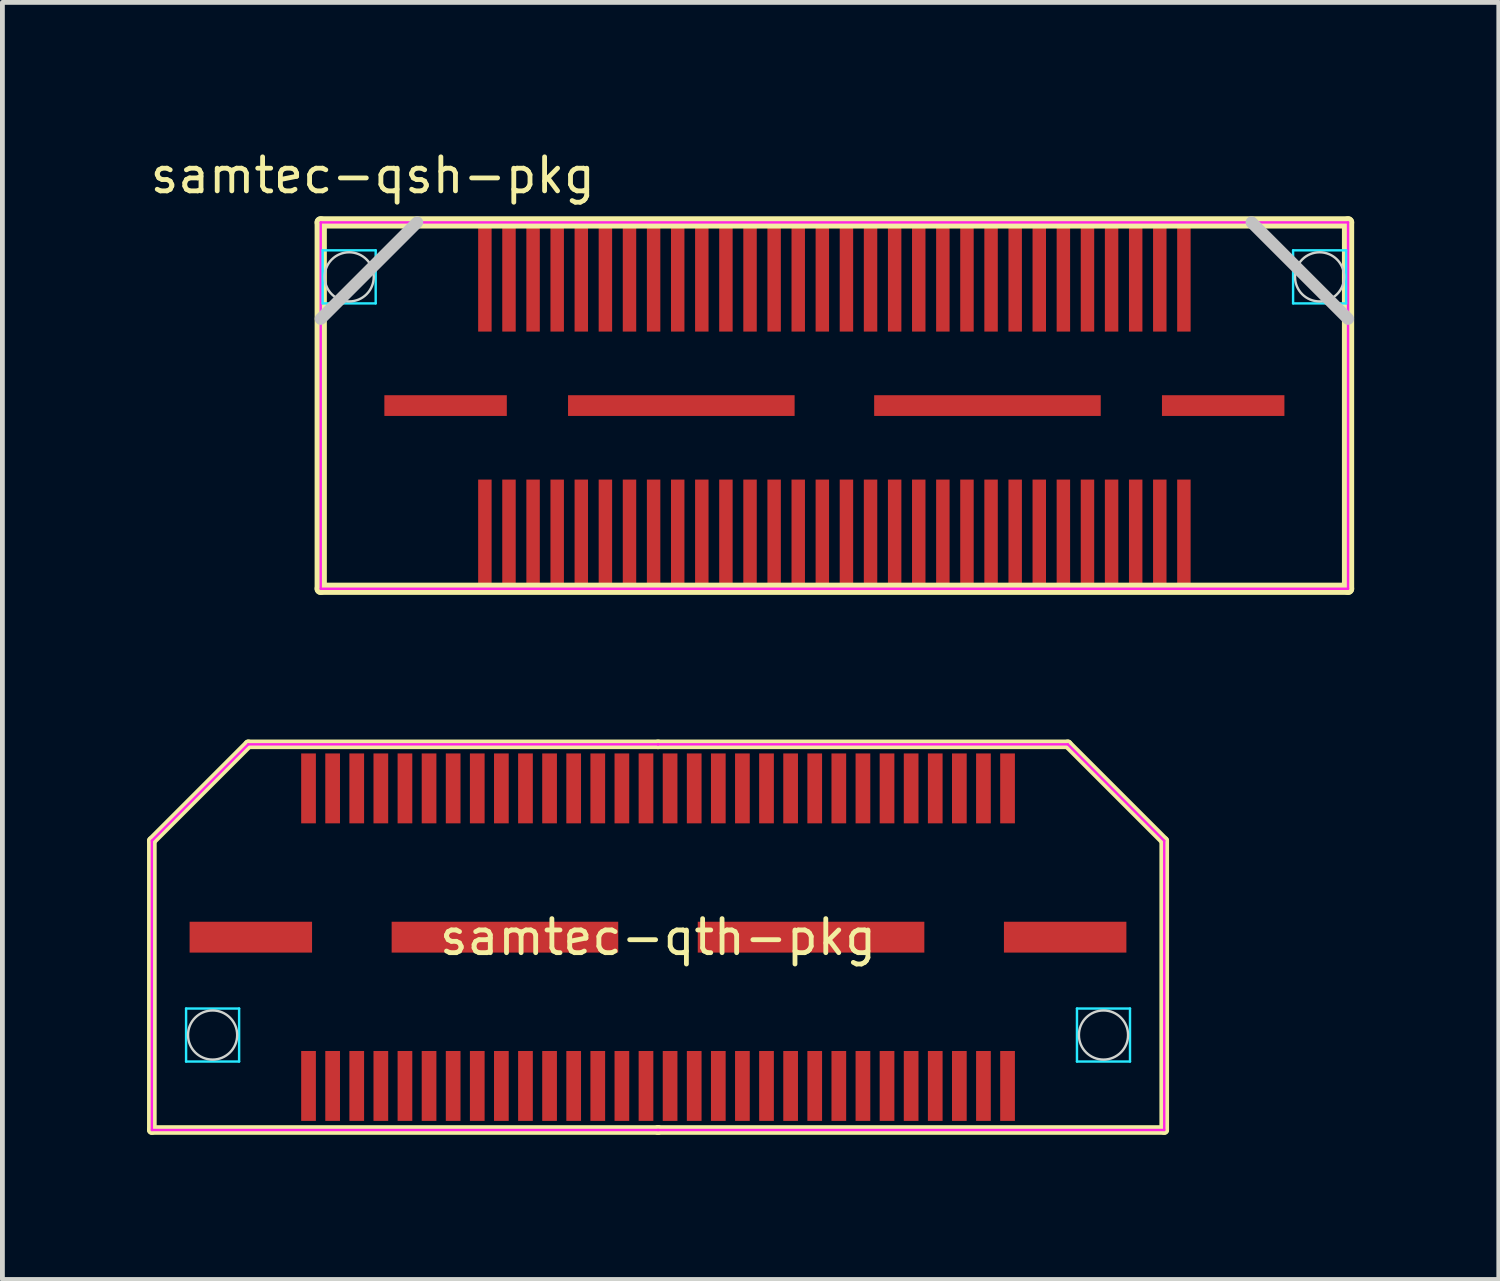
<source format=kicad_pcb>
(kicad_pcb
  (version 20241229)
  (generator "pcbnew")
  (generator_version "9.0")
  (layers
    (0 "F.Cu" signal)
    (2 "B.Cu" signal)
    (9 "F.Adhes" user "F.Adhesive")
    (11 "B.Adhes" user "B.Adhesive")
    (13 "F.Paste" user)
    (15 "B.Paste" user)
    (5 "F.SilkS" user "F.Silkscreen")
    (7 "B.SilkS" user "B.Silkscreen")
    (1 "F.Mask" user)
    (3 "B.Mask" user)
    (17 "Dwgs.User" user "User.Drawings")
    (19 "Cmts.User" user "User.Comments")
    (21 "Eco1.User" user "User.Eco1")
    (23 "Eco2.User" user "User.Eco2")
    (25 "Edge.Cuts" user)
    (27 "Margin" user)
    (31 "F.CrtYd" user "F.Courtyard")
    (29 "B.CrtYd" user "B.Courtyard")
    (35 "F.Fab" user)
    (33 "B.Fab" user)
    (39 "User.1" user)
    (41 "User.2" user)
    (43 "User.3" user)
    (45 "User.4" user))
  (footprint "samtec-qth-pkg"
    (layer "F.Cu")
    (at 10.6 16.39)
    (property "Reference" "samtec-qth-pkg" (at 0 0 0) (layer "F.SilkS") (effects (font (size 0.706 0.706) (thickness 0.1))))
    (attr through_hole)
    (fp_line (start -10.5 -2) (end -10.5 4) (stroke (width 0.2) (type solid)) (layer "F.SilkS"))
    (fp_line (start -10.5 4) (end 0 4) (stroke (width 0.2) (type solid)) (layer "F.SilkS"))
    (fp_line (start -8.5 -4) (end -10.5 -2) (stroke (width 0.2) (type solid)) (layer "F.SilkS"))
    (fp_line (start 0 -4) (end -8.5 -4) (stroke (width 0.2) (type solid)) (layer "F.SilkS"))
    (fp_line (start 0 4) (end 0 4) (stroke (width 0.2) (type solid)) (layer "F.SilkS"))
    (fp_line (start 0 4) (end 10.5 4) (stroke (width 0.2) (type solid)) (layer "F.SilkS"))
    (fp_line (start 8.5 -4) (end 0 -4) (stroke (width 0.2) (type solid)) (layer "F.SilkS"))
    (fp_line (start 10.5 -2) (end 8.5 -4) (stroke (width 0.2) (type solid)) (layer "F.SilkS"))
    (fp_line (start 10.5 4) (end 10.5 -2) (stroke (width 0.2) (type solid)) (layer "F.SilkS"))
    (fp_circle (center -9.24 2.03) (end -8.73 2.03) (stroke (width 0.05) (type solid)) (fill no) (layer "Edge.Cuts"))
    (fp_circle (center 9.24 2.03) (end 9.75 2.03) (stroke (width 0.05) (type solid)) (fill no) (layer "Edge.Cuts"))
    (fp_line (start -9.79 1.48) (end -9.79 2.58) (stroke (width 0.05) (type solid)) (layer "B.CrtYd"))
    (fp_line (start -9.79 2.58) (end -8.69 2.58) (stroke (width 0.05) (type solid)) (layer "B.CrtYd"))
    (fp_line (start -8.69 1.48) (end -9.79 1.48) (stroke (width 0.05) (type solid)) (layer "B.CrtYd"))
    (fp_line (start -8.69 2.58) (end -8.69 1.48) (stroke (width 0.05) (type solid)) (layer "B.CrtYd"))
    (fp_line (start 8.69 1.48) (end 9.79 1.48) (stroke (width 0.05) (type solid)) (layer "B.CrtYd"))
    (fp_line (start 8.69 2.58) (end 8.69 1.48) (stroke (width 0.05) (type solid)) (layer "B.CrtYd"))
    (fp_line (start 9.79 1.48) (end 9.79 2.58) (stroke (width 0.05) (type solid)) (layer "B.CrtYd"))
    (fp_line (start 9.79 2.58) (end 8.69 2.58) (stroke (width 0.05) (type solid)) (layer "B.CrtYd"))
    (fp_line (start -10.5 -2) (end -10.5 4) (stroke (width 0.05) (type solid)) (layer "F.CrtYd"))
    (fp_line (start -10.5 4) (end 0 4) (stroke (width 0.05) (type solid)) (layer "F.CrtYd"))
    (fp_line (start -8.5 -4) (end -10.5 -2) (stroke (width 0.05) (type solid)) (layer "F.CrtYd"))
    (fp_line (start 0 -4) (end -8.5 -4) (stroke (width 0.05) (type solid)) (layer "F.CrtYd"))
    (fp_line (start 0 -4) (end 0 -4) (stroke (width 0.05) (type solid)) (layer "F.CrtYd"))
    (fp_line (start 0 4) (end 0 4) (stroke (width 0.05) (type solid)) (layer "F.CrtYd"))
    (fp_line (start 0 4) (end 10.5 4) (stroke (width 0.05) (type solid)) (layer "F.CrtYd"))
    (fp_line (start 8.5 -4) (end 0 -4) (stroke (width 0.05) (type solid)) (layer "F.CrtYd"))
    (fp_line (start 10.5 -2) (end 8.5 -4) (stroke (width 0.05) (type solid)) (layer "F.CrtYd"))
    (fp_line (start 10.5 4) (end 10.5 -2) (stroke (width 0.05) (type solid)) (layer "F.CrtYd"))
    (pad "1" smd rect (at 7.25 3.086) (size 0.305 1.45) (layers "F.Cu" "F.Mask" "F.Paste"))
    (pad "2" smd rect (at 7.25 -3.086) (size 0.305 1.45) (layers "F.Cu" "F.Mask" "F.Paste"))
    (pad "3" smd rect (at 6.75 3.086) (size 0.305 1.45) (layers "F.Cu" "F.Mask" "F.Paste"))
    (pad "4" smd rect (at 6.75 -3.086) (size 0.305 1.45) (layers "F.Cu" "F.Mask" "F.Paste"))
    (pad "5" smd rect (at 6.25 3.086) (size 0.305 1.45) (layers "F.Cu" "F.Mask" "F.Paste"))
    (pad "6" smd rect (at 6.25 -3.086) (size 0.305 1.45) (layers "F.Cu" "F.Mask" "F.Paste"))
    (pad "7" smd rect (at 5.75 3.086) (size 0.305 1.45) (layers "F.Cu" "F.Mask" "F.Paste"))
    (pad "8" smd rect (at 5.75 -3.086) (size 0.305 1.45) (layers "F.Cu" "F.Mask" "F.Paste"))
    (pad "9" smd rect (at 5.25 3.086) (size 0.305 1.45) (layers "F.Cu" "F.Mask" "F.Paste"))
    (pad "10" smd rect (at 5.25 -3.086) (size 0.305 1.45) (layers "F.Cu" "F.Mask" "F.Paste"))
    (pad "11" smd rect (at 4.75 3.086) (size 0.305 1.45) (layers "F.Cu" "F.Mask" "F.Paste"))
    (pad "12" smd rect (at 4.75 -3.086) (size 0.305 1.45) (layers "F.Cu" "F.Mask" "F.Paste"))
    (pad "13" smd rect (at 4.25 3.086) (size 0.305 1.45) (layers "F.Cu" "F.Mask" "F.Paste"))
    (pad "14" smd rect (at 4.25 -3.086) (size 0.305 1.45) (layers "F.Cu" "F.Mask" "F.Paste"))
    (pad "15" smd rect (at 3.75 3.086) (size 0.305 1.45) (layers "F.Cu" "F.Mask" "F.Paste"))
    (pad "16" smd rect (at 3.75 -3.086) (size 0.305 1.45) (layers "F.Cu" "F.Mask" "F.Paste"))
    (pad "17" smd rect (at 3.25 3.086) (size 0.305 1.45) (layers "F.Cu" "F.Mask" "F.Paste"))
    (pad "18" smd rect (at 3.25 -3.086) (size 0.305 1.45) (layers "F.Cu" "F.Mask" "F.Paste"))
    (pad "19" smd rect (at 2.75 3.086) (size 0.305 1.45) (layers "F.Cu" "F.Mask" "F.Paste"))
    (pad "20" smd rect (at 2.75 -3.086) (size 0.305 1.45) (layers "F.Cu" "F.Mask" "F.Paste"))
    (pad "21" smd rect (at 2.25 3.086) (size 0.305 1.45) (layers "F.Cu" "F.Mask" "F.Paste"))
    (pad "22" smd rect (at 2.25 -3.086) (size 0.305 1.45) (layers "F.Cu" "F.Mask" "F.Paste"))
    (pad "23" smd rect (at 1.75 3.086) (size 0.305 1.45) (layers "F.Cu" "F.Mask" "F.Paste"))
    (pad "24" smd rect (at 1.75 -3.086) (size 0.305 1.45) (layers "F.Cu" "F.Mask" "F.Paste"))
    (pad "25" smd rect (at 1.25 3.086) (size 0.305 1.45) (layers "F.Cu" "F.Mask" "F.Paste"))
    (pad "26" smd rect (at 1.25 -3.086) (size 0.305 1.45) (layers "F.Cu" "F.Mask" "F.Paste"))
    (pad "27" smd rect (at 0.75 3.086) (size 0.305 1.45) (layers "F.Cu" "F.Mask" "F.Paste"))
    (pad "28" smd rect (at 0.75 -3.086) (size 0.305 1.45) (layers "F.Cu" "F.Mask" "F.Paste"))
    (pad "29" smd rect (at 0.25 3.086) (size 0.305 1.45) (layers "F.Cu" "F.Mask" "F.Paste"))
    (pad "30" smd rect (at 0.25 -3.086) (size 0.305 1.45) (layers "F.Cu" "F.Mask" "F.Paste"))
    (pad "31" smd rect (at -0.25 3.086) (size 0.305 1.45) (layers "F.Cu" "F.Mask" "F.Paste"))
    (pad "32" smd rect (at -0.25 -3.086) (size 0.305 1.45) (layers "F.Cu" "F.Mask" "F.Paste"))
    (pad "33" smd rect (at -0.75 3.086) (size 0.305 1.45) (layers "F.Cu" "F.Mask" "F.Paste"))
    (pad "34" smd rect (at -0.75 -3.086) (size 0.305 1.45) (layers "F.Cu" "F.Mask" "F.Paste"))
    (pad "35" smd rect (at -1.25 3.086) (size 0.305 1.45) (layers "F.Cu" "F.Mask" "F.Paste"))
    (pad "36" smd rect (at -1.25 -3.086) (size 0.305 1.45) (layers "F.Cu" "F.Mask" "F.Paste"))
    (pad "37" smd rect (at -1.75 3.086) (size 0.305 1.45) (layers "F.Cu" "F.Mask" "F.Paste"))
    (pad "38" smd rect (at -1.75 -3.086) (size 0.305 1.45) (layers "F.Cu" "F.Mask" "F.Paste"))
    (pad "39" smd rect (at -2.25 3.086) (size 0.305 1.45) (layers "F.Cu" "F.Mask" "F.Paste"))
    (pad "40" smd rect (at -2.25 -3.086) (size 0.305 1.45) (layers "F.Cu" "F.Mask" "F.Paste"))
    (pad "41" smd rect (at -2.75 3.086) (size 0.305 1.45) (layers "F.Cu" "F.Mask" "F.Paste"))
    (pad "42" smd rect (at -2.75 -3.086) (size 0.305 1.45) (layers "F.Cu" "F.Mask" "F.Paste"))
    (pad "43" smd rect (at -3.25 3.086) (size 0.305 1.45) (layers "F.Cu" "F.Mask" "F.Paste"))
    (pad "44" smd rect (at -3.25 -3.086) (size 0.305 1.45) (layers "F.Cu" "F.Mask" "F.Paste"))
    (pad "45" smd rect (at -3.75 3.086) (size 0.305 1.45) (layers "F.Cu" "F.Mask" "F.Paste"))
    (pad "46" smd rect (at -3.75 -3.086) (size 0.305 1.45) (layers "F.Cu" "F.Mask" "F.Paste"))
    (pad "47" smd rect (at -4.25 3.086) (size 0.305 1.45) (layers "F.Cu" "F.Mask" "F.Paste"))
    (pad "48" smd rect (at -4.25 -3.086) (size 0.305 1.45) (layers "F.Cu" "F.Mask" "F.Paste"))
    (pad "49" smd rect (at -4.75 3.086) (size 0.305 1.45) (layers "F.Cu" "F.Mask" "F.Paste"))
    (pad "50" smd rect (at -4.75 -3.086) (size 0.305 1.45) (layers "F.Cu" "F.Mask" "F.Paste"))
    (pad "51" smd rect (at -5.25 3.086) (size 0.305 1.45) (layers "F.Cu" "F.Mask" "F.Paste"))
    (pad "52" smd rect (at -5.25 -3.086) (size 0.305 1.45) (layers "F.Cu" "F.Mask" "F.Paste"))
    (pad "53" smd rect (at -5.75 3.086) (size 0.305 1.45) (layers "F.Cu" "F.Mask" "F.Paste"))
    (pad "54" smd rect (at -5.75 -3.086) (size 0.305 1.45) (layers "F.Cu" "F.Mask" "F.Paste"))
    (pad "55" smd rect (at -6.25 3.086) (size 0.305 1.45) (layers "F.Cu" "F.Mask" "F.Paste"))
    (pad "56" smd rect (at -6.25 -3.086) (size 0.305 1.45) (layers "F.Cu" "F.Mask" "F.Paste"))
    (pad "57" smd rect (at -6.75 3.086) (size 0.305 1.45) (layers "F.Cu" "F.Mask" "F.Paste"))
    (pad "58" smd rect (at -6.75 -3.086) (size 0.305 1.45) (layers "F.Cu" "F.Mask" "F.Paste"))
    (pad "59" smd rect (at -7.25 3.086) (size 0.305 1.45) (layers "F.Cu" "F.Mask" "F.Paste"))
    (pad "60" smd rect (at -7.25 -3.086) (size 0.305 1.45) (layers "F.Cu" "F.Mask" "F.Paste"))
    (pad "61" smd rect (at 8.445 0) (size 2.54 0.64) (layers "F.Cu" "F.Mask" "F.Paste"))
    (pad "62" smd rect (at 3.174 0) (size 4.7 0.64) (layers "F.Cu" "F.Mask" "F.Paste"))
    (pad "63" smd rect (at -3.176 0) (size 4.7 0.64) (layers "F.Cu" "F.Mask" "F.Paste"))
    (pad "64" smd rect (at -8.447 0) (size 2.54 0.64) (layers "F.Cu" "F.Mask" "F.Paste")))
  (footprint "samtec-qsh-pkg"
    (layer "F.Cu")
    (at 14.258 5.363)
    (property "Reference" "samtec-qsh-pkg" (at -9.575 -4.775 180) (layer "F.SilkS") (effects (font (size 0.706 0.706) (thickness 0.1))))
    (attr smd)
    (fp_line (start -10.655 -3.8) (end -10.655 3.8) (stroke (width 0.254) (type solid)) (layer "F.SilkS"))
    (fp_line (start -10.655 3.8) (end 10.655 3.8) (stroke (width 0.254) (type solid)) (layer "F.SilkS"))
    (fp_line (start 10.655 -3.8) (end -10.655 -3.8) (stroke (width 0.254) (type solid)) (layer "F.SilkS"))
    (fp_line (start 10.655 3.8) (end 10.655 -3.8) (stroke (width 0.254) (type solid)) (layer "F.SilkS"))
    (fp_line (start -10.655 -1.8) (end -8.655 -3.8) (stroke (width 0.25) (type solid)) (layer "Dwgs.User"))
    (fp_line (start 10.655 -1.8) (end 8.655 -3.8) (stroke (width 0.25) (type solid)) (layer "Dwgs.User"))
    (fp_circle (center -10.065 -2.67) (end -9.555 -2.67) (stroke (width 0.05) (type solid)) (fill no) (layer "Edge.Cuts"))
    (fp_circle (center 10.065 -2.67) (end 10.575 -2.67) (stroke (width 0.05) (type solid)) (fill no) (layer "Edge.Cuts"))
    (fp_line (start -10.615 -3.22) (end -9.515 -3.22) (stroke (width 0.05) (type solid)) (layer "B.CrtYd"))
    (fp_line (start -10.615 -2.12) (end -10.615 -3.22) (stroke (width 0.05) (type solid)) (layer "B.CrtYd"))
    (fp_line (start -9.515 -3.22) (end -9.515 -2.12) (stroke (width 0.05) (type solid)) (layer "B.CrtYd"))
    (fp_line (start -9.515 -2.12) (end -10.615 -2.12) (stroke (width 0.05) (type solid)) (layer "B.CrtYd"))
    (fp_line (start 9.515 -3.22) (end 9.515 -2.12) (stroke (width 0.05) (type solid)) (layer "B.CrtYd"))
    (fp_line (start 9.515 -2.12) (end 10.615 -2.12) (stroke (width 0.05) (type solid)) (layer "B.CrtYd"))
    (fp_line (start 10.615 -3.22) (end 9.515 -3.22) (stroke (width 0.05) (type solid)) (layer "B.CrtYd"))
    (fp_line (start 10.615 -2.12) (end 10.615 -3.22) (stroke (width 0.05) (type solid)) (layer "B.CrtYd"))
    (fp_line (start -10.655 -3.8) (end -10.655 3.8) (stroke (width 0.05) (type solid)) (layer "F.CrtYd"))
    (fp_line (start -10.655 3.8) (end 10.655 3.8) (stroke (width 0.05) (type solid)) (layer "F.CrtYd"))
    (fp_line (start 10.655 -3.8) (end -10.655 -3.8) (stroke (width 0.05) (type solid)) (layer "F.CrtYd"))
    (fp_line (start 10.655 3.8) (end 10.655 -3.8) (stroke (width 0.05) (type solid)) (layer "F.CrtYd"))
    (pad "1" smd rect (at -7.25 2.67) (size 0.279 2.27) (layers "F.Cu" "F.Mask" "F.Paste"))
    (pad "2" smd rect (at -7.25 -2.67) (size 0.279 2.27) (layers "F.Cu" "F.Mask" "F.Paste"))
    (pad "3" smd rect (at -6.75 2.67) (size 0.279 2.27) (layers "F.Cu" "F.Mask" "F.Paste"))
    (pad "4" smd rect (at -6.75 -2.67) (size 0.279 2.27) (layers "F.Cu" "F.Mask" "F.Paste"))
    (pad "5" smd rect (at -6.25 2.67) (size 0.279 2.27) (layers "F.Cu" "F.Mask" "F.Paste"))
    (pad "6" smd rect (at -6.25 -2.67) (size 0.279 2.27) (layers "F.Cu" "F.Mask" "F.Paste"))
    (pad "7" smd rect (at -5.75 2.67) (size 0.279 2.27) (layers "F.Cu" "F.Mask" "F.Paste"))
    (pad "8" smd rect (at -5.75 -2.67) (size 0.279 2.27) (layers "F.Cu" "F.Mask" "F.Paste"))
    (pad "9" smd rect (at -5.25 2.67) (size 0.279 2.27) (layers "F.Cu" "F.Mask" "F.Paste"))
    (pad "10" smd rect (at -5.25 -2.67) (size 0.279 2.27) (layers "F.Cu" "F.Mask" "F.Paste"))
    (pad "11" smd rect (at -4.75 2.67) (size 0.279 2.27) (layers "F.Cu" "F.Mask" "F.Paste"))
    (pad "12" smd rect (at -4.75 -2.67) (size 0.279 2.27) (layers "F.Cu" "F.Mask" "F.Paste"))
    (pad "13" smd rect (at -4.25 2.67) (size 0.279 2.27) (layers "F.Cu" "F.Mask" "F.Paste"))
    (pad "14" smd rect (at -4.25 -2.67) (size 0.279 2.27) (layers "F.Cu" "F.Mask" "F.Paste"))
    (pad "15" smd rect (at -3.75 2.67) (size 0.279 2.27) (layers "F.Cu" "F.Mask" "F.Paste"))
    (pad "16" smd rect (at -3.75 -2.67) (size 0.279 2.27) (layers "F.Cu" "F.Mask" "F.Paste"))
    (pad "17" smd rect (at -3.25 2.67) (size 0.279 2.27) (layers "F.Cu" "F.Mask" "F.Paste"))
    (pad "18" smd rect (at -3.25 -2.67) (size 0.279 2.27) (layers "F.Cu" "F.Mask" "F.Paste"))
    (pad "19" smd rect (at -2.75 2.67) (size 0.279 2.27) (layers "F.Cu" "F.Mask" "F.Paste"))
    (pad "20" smd rect (at -2.75 -2.67) (size 0.279 2.27) (layers "F.Cu" "F.Mask" "F.Paste"))
    (pad "21" smd rect (at -2.25 2.67) (size 0.279 2.27) (layers "F.Cu" "F.Mask" "F.Paste"))
    (pad "22" smd rect (at -2.25 -2.67) (size 0.279 2.27) (layers "F.Cu" "F.Mask" "F.Paste"))
    (pad "23" smd rect (at -1.75 2.67) (size 0.279 2.27) (layers "F.Cu" "F.Mask" "F.Paste"))
    (pad "24" smd rect (at -1.75 -2.67) (size 0.279 2.27) (layers "F.Cu" "F.Mask" "F.Paste"))
    (pad "25" smd rect (at -1.25 2.67) (size 0.279 2.27) (layers "F.Cu" "F.Mask" "F.Paste"))
    (pad "26" smd rect (at -1.25 -2.67) (size 0.279 2.27) (layers "F.Cu" "F.Mask" "F.Paste"))
    (pad "27" smd rect (at -0.75 2.67) (size 0.279 2.27) (layers "F.Cu" "F.Mask" "F.Paste"))
    (pad "28" smd rect (at -0.75 -2.67) (size 0.279 2.27) (layers "F.Cu" "F.Mask" "F.Paste"))
    (pad "29" smd rect (at -0.25 2.67) (size 0.279 2.27) (layers "F.Cu" "F.Mask" "F.Paste"))
    (pad "30" smd rect (at -0.25 -2.67) (size 0.279 2.27) (layers "F.Cu" "F.Mask" "F.Paste"))
    (pad "31" smd rect (at 0.25 2.67) (size 0.279 2.27) (layers "F.Cu" "F.Mask" "F.Paste"))
    (pad "32" smd rect (at 0.25 -2.67) (size 0.279 2.27) (layers "F.Cu" "F.Mask" "F.Paste"))
    (pad "33" smd rect (at 0.75 2.67) (size 0.279 2.27) (layers "F.Cu" "F.Mask" "F.Paste"))
    (pad "34" smd rect (at 0.75 -2.67) (size 0.279 2.27) (layers "F.Cu" "F.Mask" "F.Paste"))
    (pad "35" smd rect (at 1.25 2.67) (size 0.279 2.27) (layers "F.Cu" "F.Mask" "F.Paste"))
    (pad "36" smd rect (at 1.25 -2.67) (size 0.279 2.27) (layers "F.Cu" "F.Mask" "F.Paste"))
    (pad "37" smd rect (at 1.75 2.67) (size 0.279 2.27) (layers "F.Cu" "F.Mask" "F.Paste"))
    (pad "38" smd rect (at 1.75 -2.67) (size 0.279 2.27) (layers "F.Cu" "F.Mask" "F.Paste"))
    (pad "39" smd rect (at 2.25 2.67) (size 0.279 2.27) (layers "F.Cu" "F.Mask" "F.Paste"))
    (pad "40" smd rect (at 2.25 -2.67) (size 0.279 2.27) (layers "F.Cu" "F.Mask" "F.Paste"))
    (pad "41" smd rect (at 2.75 2.67) (size 0.279 2.27) (layers "F.Cu" "F.Mask" "F.Paste"))
    (pad "42" smd rect (at 2.75 -2.67) (size 0.279 2.27) (layers "F.Cu" "F.Mask" "F.Paste"))
    (pad "43" smd rect (at 3.25 2.67) (size 0.279 2.27) (layers "F.Cu" "F.Mask" "F.Paste"))
    (pad "44" smd rect (at 3.25 -2.67) (size 0.279 2.27) (layers "F.Cu" "F.Mask" "F.Paste"))
    (pad "45" smd rect (at 3.75 2.67) (size 0.279 2.27) (layers "F.Cu" "F.Mask" "F.Paste"))
    (pad "46" smd rect (at 3.75 -2.67) (size 0.279 2.27) (layers "F.Cu" "F.Mask" "F.Paste"))
    (pad "47" smd rect (at 4.25 2.67) (size 0.279 2.27) (layers "F.Cu" "F.Mask" "F.Paste"))
    (pad "48" smd rect (at 4.25 -2.67) (size 0.279 2.27) (layers "F.Cu" "F.Mask" "F.Paste"))
    (pad "49" smd rect (at 4.75 2.67) (size 0.279 2.27) (layers "F.Cu" "F.Mask" "F.Paste"))
    (pad "50" smd rect (at 4.75 -2.67) (size 0.279 2.27) (layers "F.Cu" "F.Mask" "F.Paste"))
    (pad "51" smd rect (at 5.25 2.67) (size 0.279 2.27) (layers "F.Cu" "F.Mask" "F.Paste"))
    (pad "52" smd rect (at 5.25 -2.67) (size 0.279 2.27) (layers "F.Cu" "F.Mask" "F.Paste"))
    (pad "53" smd rect (at 5.75 2.67) (size 0.279 2.27) (layers "F.Cu" "F.Mask" "F.Paste"))
    (pad "54" smd rect (at 5.75 -2.67) (size 0.279 2.27) (layers "F.Cu" "F.Mask" "F.Paste"))
    (pad "55" smd rect (at 6.25 2.67) (size 0.279 2.27) (layers "F.Cu" "F.Mask" "F.Paste"))
    (pad "56" smd rect (at 6.25 -2.67) (size 0.279 2.27) (layers "F.Cu" "F.Mask" "F.Paste"))
    (pad "57" smd rect (at 6.75 2.67) (size 0.279 2.27) (layers "F.Cu" "F.Mask" "F.Paste"))
    (pad "58" smd rect (at 6.75 -2.67) (size 0.279 2.27) (layers "F.Cu" "F.Mask" "F.Paste"))
    (pad "59" smd rect (at 7.25 2.67) (size 0.279 2.27) (layers "F.Cu" "F.Mask" "F.Paste"))
    (pad "60" smd rect (at 7.25 -2.67) (size 0.279 2.27) (layers "F.Cu" "F.Mask" "F.Paste"))
    (pad "61" smd rect (at -8.065 0) (size 2.54 0.43) (layers "F.Cu" "F.Mask" "F.Paste"))
    (pad "62" smd rect (at -3.175 0) (size 4.7 0.43) (layers "F.Cu" "F.Mask" "F.Paste"))
    (pad "63" smd rect (at 3.175 0) (size 4.7 0.43) (layers "F.Cu" "F.Mask" "F.Paste"))
    (pad "64" smd rect (at 8.065 0) (size 2.54 0.43) (layers "F.Cu" "F.Mask" "F.Paste")))
  (gr_rect
    (start -3 -3)
    (end 28.04 23.49)
    (stroke (width 0.1) (type default))
    (fill no)
    (layer "Edge.Cuts")))
</source>
